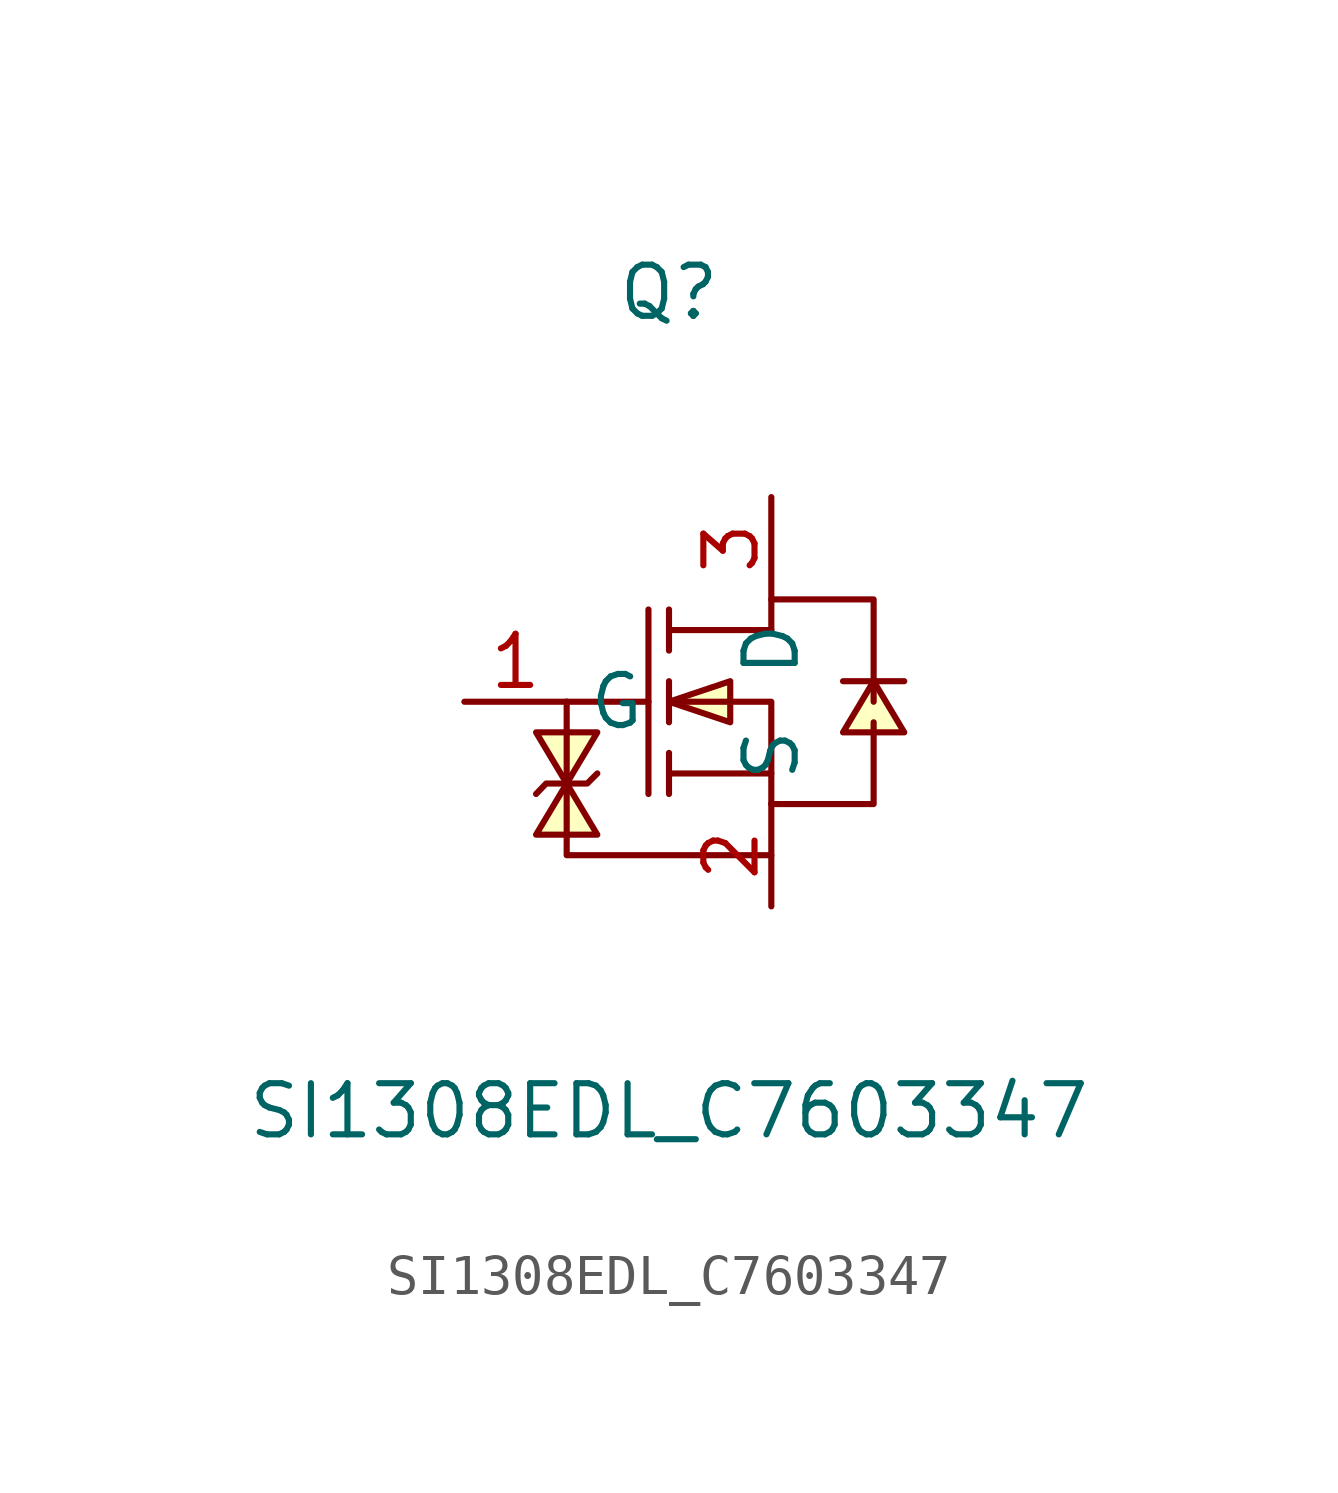
<source format=kicad_sym>
(kicad_symbol_lib
  (version 1)
  (generator "faebryk")
  (symbol "SI1308EDL_C7603347"
    (property "Reference" "Q"
      (at 0 10.16 0)
      (effects (font (size 1.27 1.27)) (hide no)))
    (property "Value" "SI1308EDL_C7603347"
      (at 0 -10.16 0)
      (effects (font (size 1.27 1.27)) (hide no)))
    (symbol "SI1308EDL_C7603347_0_1"
      (polyline (stroke (width 0) (type default) (color 0 0 0 0)) (fill (type none)) (pts (xy -2.54 0) (xy -2.54 -2.79) (xy -2.54 -3.81) (xy 2.54 -3.81)))
      (polyline (stroke (width 0) (type default) (color 0 0 0 0)) (fill (type none)) (pts (xy -3.3 -2.29) (xy -3.05 -2.03) (xy -2.03 -2.03) (xy -1.78 -1.78)))
      (polyline (stroke (width 0) (type default) (color 0 0 0 0)) (fill (type none)) (pts (xy 2.54 -2.54) (xy 5.08 -2.54) (xy 5.08 -0.51)))
      (polyline (stroke (width 0) (type default) (color 0 0 0 0)) (fill (type none)) (pts (xy 2.54 1.78) (xy 2.54 2.54) (xy 5.08 2.54) (xy 5.08 0)))
      (polyline (stroke (width 0) (type default) (color 0 0 0 0)) (fill (type none)) (pts (xy 2.54 1.78) (xy 0 1.78)))
      (polyline (stroke (width 0) (type default) (color 0 0 0 0)) (fill (type none)) (pts (xy 0 0) (xy 2.54 0) (xy 2.54 -2.54)))
      (polyline (stroke (width 0) (type default) (color 0 0 0 0)) (fill (type none)) (pts (xy 2.54 -1.78) (xy 0 -1.78)))
      (polyline (stroke (width 0) (type default) (color 0 0 0 0)) (fill (type none)) (pts (xy -0.51 2.29) (xy -0.51 -2.29)))
      (polyline (stroke (width 0) (type default) (color 0 0 0 0)) (fill (type none)) (pts (xy 0 1.27) (xy 0 2.29)))
      (polyline (stroke (width 0) (type default) (color 0 0 0 0)) (fill (type none)) (pts (xy 0 -0.51) (xy 0 0.51)))
      (polyline (stroke (width 0) (type default) (color 0 0 0 0)) (fill (type none)) (pts (xy 0 -2.29) (xy 0 -1.27)))
      (polyline (stroke (width 0) (type default) (color 0 0 0 0)) (fill (type none)) (pts (xy -2.54 0) (xy -0.51 0)))
      (polyline (stroke (width 0) (type default) (color 0 0 0 0)) (fill (type none)) (pts (xy 4.32 0.51) (xy 4.57 0.51) (xy 5.59 0.51) (xy 5.84 0.51)))
      (polyline (stroke (width 0) (type default) (color 0 0 0 0)) (fill (type background)) (pts (xy -2.54 -2.03) (xy -1.78 -0.76) (xy -3.3 -0.76) (xy -2.54 -2.03)))
      (polyline (stroke (width 0) (type default) (color 0 0 0 0)) (fill (type background)) (pts (xy -2.54 -2.03) (xy -3.3 -3.3) (xy -1.78 -3.3) (xy -2.54 -2.03)))
      (polyline (stroke (width 0) (type default) (color 0 0 0 0)) (fill (type background)) (pts (xy 0 0) (xy 1.52 -0.51) (xy 1.52 0.51) (xy 0 0)))
      (polyline (stroke (width 0) (type default) (color 0 0 0 0)) (fill (type background)) (pts (xy 5.08 0.51) (xy 4.32 -0.76) (xy 5.84 -0.76) (xy 5.08 0.51)))
      (pin unspecified line (at 2.54 5.08 270) (length 2.54) (name "D" (effects (font (size 1.27 1.27)) (hide no))) (number "3" (effects (font (size 1.27 1.27)) (hide no))))
      (pin unspecified line (at -5.08 0 0) (length 2.54) (name "G" (effects (font (size 1.27 1.27)) (hide no))) (number "1" (effects (font (size 1.27 1.27)) (hide no))))
      (pin unspecified line (at 2.54 -5.08 90) (length 2.54) (name "S" (effects (font (size 1.27 1.27)) (hide no))) (number "2" (effects (font (size 1.27 1.27)) (hide no)))))))
</source>
